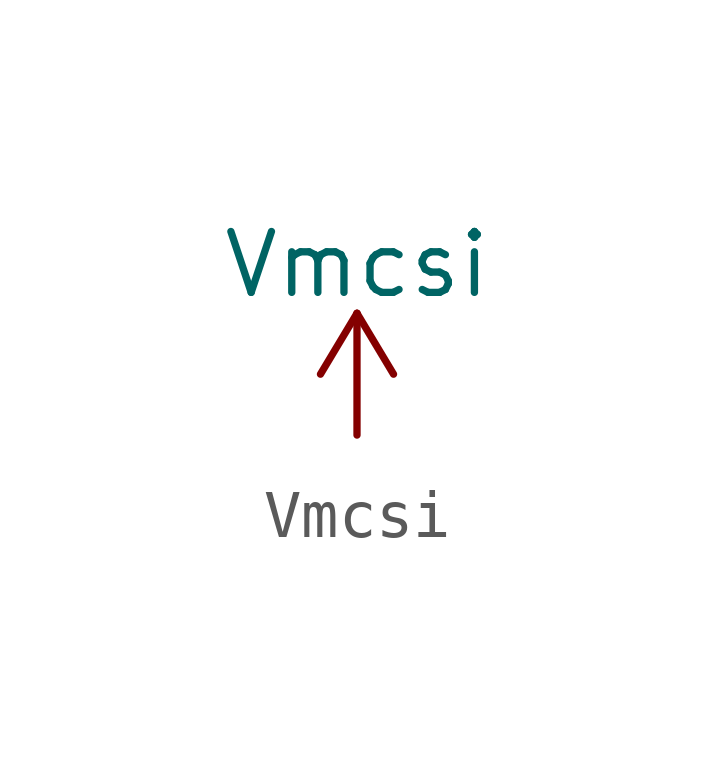
<source format=kicad_sym>
(kicad_symbol_lib
  (version 20211014)
  (generator kicad_symbol_editor)
  (symbol "Vmcsi"
    (power)
    (pin_names
      (offset 0))
    (property "Reference" "#PWR"
      (at 0 -3.81 0)
      (effects (font (size 1.27 1.27)) hide))
    (property "Value" "Vmcsi"
      (at 0 3.556 0)
      (effects (font (size 1.27 1.27))))
    (symbol "Vmcsi_0_1"
      (polyline (pts (xy -0.762 1.27) (xy 0 2.54)) (stroke (width 0) (type default) (color 0 0 0 0)) (fill (type none)))
      (polyline (pts (xy 0 0) (xy 0 2.54)) (stroke (width 0) (type default) (color 0 0 0 0)) (fill (type none)))
      (polyline (pts (xy 0 2.54) (xy 0.762 1.27)) (stroke (width 0) (type default) (color 0 0 0 0)) (fill (type none))))
    (symbol "Vmcsi_1_1"
      (pin power_in line (at 0 0 90) (length 0) hide (name "+1V8" (effects (font (size 1.27 1.27)))) (number "1" (effects (font (size 1.27 1.27))))))))
</source>
